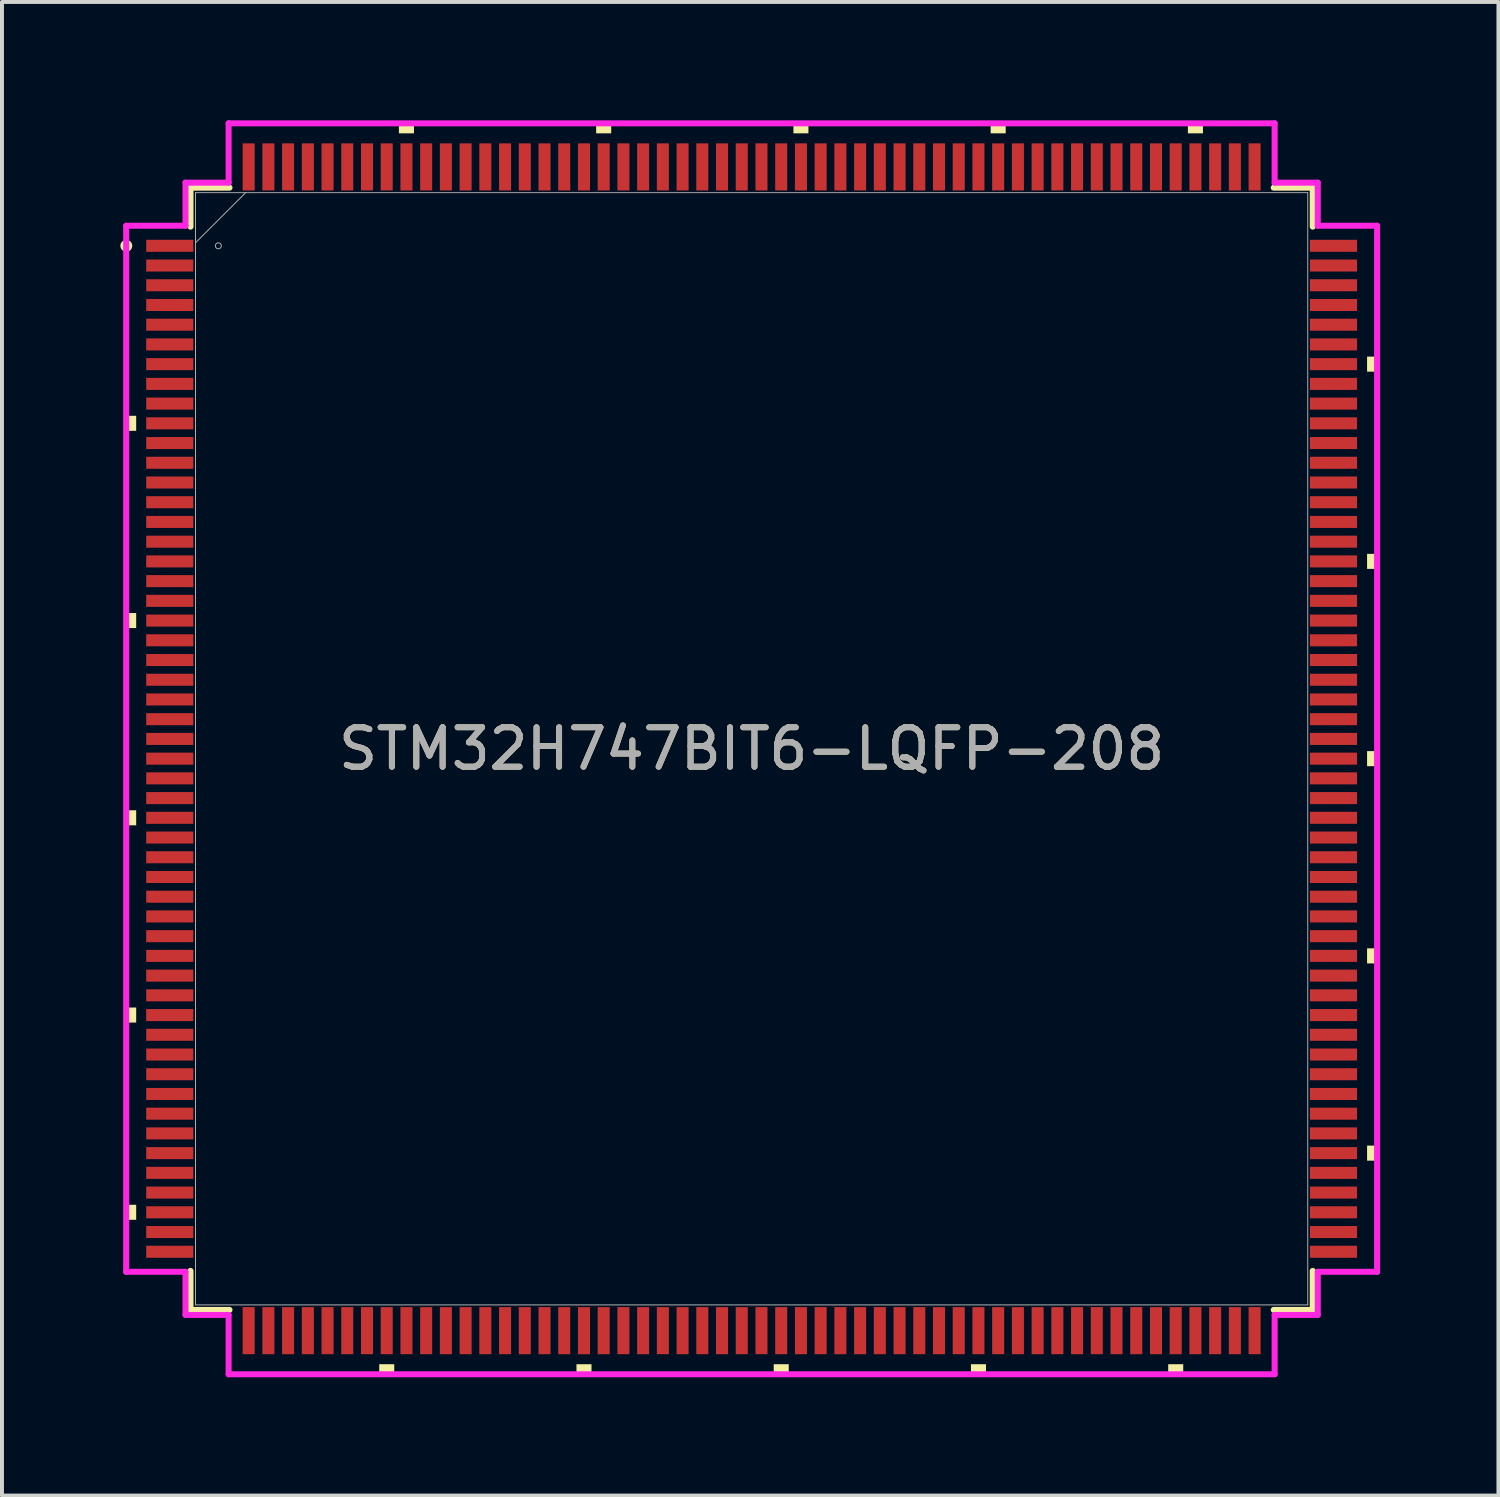
<source format=kicad_pcb>
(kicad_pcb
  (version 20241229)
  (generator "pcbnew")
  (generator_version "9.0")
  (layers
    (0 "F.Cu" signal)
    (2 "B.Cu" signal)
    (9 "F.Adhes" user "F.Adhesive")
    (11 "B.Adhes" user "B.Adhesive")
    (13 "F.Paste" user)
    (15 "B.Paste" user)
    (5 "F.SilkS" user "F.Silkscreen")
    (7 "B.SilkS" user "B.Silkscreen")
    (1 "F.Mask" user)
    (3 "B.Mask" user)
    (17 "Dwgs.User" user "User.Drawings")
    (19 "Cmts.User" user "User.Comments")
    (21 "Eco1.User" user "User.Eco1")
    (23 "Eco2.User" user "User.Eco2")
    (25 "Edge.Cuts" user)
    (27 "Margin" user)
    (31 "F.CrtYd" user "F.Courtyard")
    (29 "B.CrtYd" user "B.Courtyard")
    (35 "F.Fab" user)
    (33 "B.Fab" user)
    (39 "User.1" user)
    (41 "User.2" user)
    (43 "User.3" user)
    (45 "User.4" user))
  (footprint "STM32H747BIT6-LQFP-208"
    (layer "F.Cu")
    (at 16.003 15.931)
    (property "Reference" "STM32H747BIT6-LQFP-208" (at 0 0 0) (unlocked yes) (layer "F.SilkS") (effects (font (size 1 1) (thickness 0.15))))
    (attr smd)
    (fp_line (start -14.224 -14.224) (end -14.224 -13.235) (stroke (width 0.152) (type solid)) (layer "F.SilkS"))
    (fp_line (start -14.224 13.235) (end -14.224 14.224) (stroke (width 0.152) (type solid)) (layer "F.SilkS"))
    (fp_line (start -14.224 14.224) (end -13.235 14.224) (stroke (width 0.152) (type solid)) (layer "F.SilkS"))
    (fp_line (start -13.235 -14.224) (end -14.224 -14.224) (stroke (width 0.152) (type solid)) (layer "F.SilkS"))
    (fp_line (start 13.235 14.224) (end 14.224 14.224) (stroke (width 0.152) (type solid)) (layer "F.SilkS"))
    (fp_line (start 14.224 -14.224) (end 13.235 -14.224) (stroke (width 0.152) (type solid)) (layer "F.SilkS"))
    (fp_line (start 14.224 -13.235) (end 14.224 -14.224) (stroke (width 0.152) (type solid)) (layer "F.SilkS"))
    (fp_line (start 14.224 14.224) (end 14.224 13.235) (stroke (width 0.152) (type solid)) (layer "F.SilkS"))
    (fp_circle (center -15.851 -12.75) (end -15.775 -12.75) (stroke (width 0.152) (type solid)) (fill no) (layer "F.SilkS"))
    (fp_poly (pts (xy -15.855 -8.441) (xy -15.855 -8.06) (xy -15.601 -8.06) (xy -15.601 -8.441)) (stroke (width 0) (type solid)) (fill yes) (layer "F.SilkS"))
    (fp_poly (pts (xy -15.855 -3.441) (xy -15.855 -3.06) (xy -15.601 -3.06) (xy -15.601 -3.441)) (stroke (width 0) (type solid)) (fill yes) (layer "F.SilkS"))
    (fp_poly (pts (xy -15.855 1.559) (xy -15.855 1.94) (xy -15.601 1.94) (xy -15.601 1.559)) (stroke (width 0) (type solid)) (fill yes) (layer "F.SilkS"))
    (fp_poly (pts (xy -15.855 6.559) (xy -15.855 6.94) (xy -15.601 6.94) (xy -15.601 6.559)) (stroke (width 0) (type solid)) (fill yes) (layer "F.SilkS"))
    (fp_poly (pts (xy -15.855 11.559) (xy -15.855 11.94) (xy -15.601 11.94) (xy -15.601 11.559)) (stroke (width 0) (type solid)) (fill yes) (layer "F.SilkS"))
    (fp_poly (pts (xy -9.44 15.601) (xy -9.44 15.855) (xy -9.059 15.855) (xy -9.059 15.601)) (stroke (width 0) (type solid)) (fill yes) (layer "F.SilkS"))
    (fp_poly (pts (xy -8.941 -15.601) (xy -8.941 -15.855) (xy -8.559 -15.855) (xy -8.559 -15.601)) (stroke (width 0) (type solid)) (fill yes) (layer "F.SilkS"))
    (fp_poly (pts (xy -4.44 15.601) (xy -4.44 15.855) (xy -4.059 15.855) (xy -4.059 15.601)) (stroke (width 0) (type solid)) (fill yes) (layer "F.SilkS"))
    (fp_poly (pts (xy -3.941 -15.601) (xy -3.941 -15.855) (xy -3.559 -15.855) (xy -3.559 -15.601)) (stroke (width 0) (type solid)) (fill yes) (layer "F.SilkS"))
    (fp_poly (pts (xy 0.56 15.601) (xy 0.56 15.855) (xy 0.941 15.855) (xy 0.941 15.601)) (stroke (width 0) (type solid)) (fill yes) (layer "F.SilkS"))
    (fp_poly (pts (xy 1.06 -15.601) (xy 1.06 -15.855) (xy 1.44 -15.855) (xy 1.44 -15.601)) (stroke (width 0) (type solid)) (fill yes) (layer "F.SilkS"))
    (fp_poly (pts (xy 5.56 15.601) (xy 5.56 15.855) (xy 5.941 15.855) (xy 5.941 15.601)) (stroke (width 0) (type solid)) (fill yes) (layer "F.SilkS"))
    (fp_poly (pts (xy 6.059 -15.601) (xy 6.059 -15.855) (xy 6.441 -15.855) (xy 6.441 -15.601)) (stroke (width 0) (type solid)) (fill yes) (layer "F.SilkS"))
    (fp_poly (pts (xy 10.56 15.601) (xy 10.56 15.855) (xy 10.941 15.855) (xy 10.941 15.601)) (stroke (width 0) (type solid)) (fill yes) (layer "F.SilkS"))
    (fp_poly (pts (xy 11.059 -15.601) (xy 11.059 -15.855) (xy 11.441 -15.855) (xy 11.441 -15.601)) (stroke (width 0) (type solid)) (fill yes) (layer "F.SilkS"))
    (fp_poly (pts (xy 15.855 -9.941) (xy 15.855 -9.56) (xy 15.601 -9.56) (xy 15.601 -9.941)) (stroke (width 0) (type solid)) (fill yes) (layer "F.SilkS"))
    (fp_poly (pts (xy 15.855 -4.941) (xy 15.855 -4.56) (xy 15.601 -4.56) (xy 15.601 -4.941)) (stroke (width 0) (type solid)) (fill yes) (layer "F.SilkS"))
    (fp_poly (pts (xy 15.855 0.059) (xy 15.855 0.441) (xy 15.601 0.441) (xy 15.601 0.059)) (stroke (width 0) (type solid)) (fill yes) (layer "F.SilkS"))
    (fp_poly (pts (xy 15.855 5.059) (xy 15.855 5.441) (xy 15.601 5.441) (xy 15.601 5.059)) (stroke (width 0) (type solid)) (fill yes) (layer "F.SilkS"))
    (fp_poly (pts (xy 15.855 10.059) (xy 15.855 10.441) (xy 15.601 10.441) (xy 15.601 10.059)) (stroke (width 0) (type solid)) (fill yes) (layer "F.SilkS"))
    (fp_line (start -15.855 -13.258) (end -14.351 -13.258) (stroke (width 0.152) (type solid)) (layer "F.CrtYd"))
    (fp_line (start -15.855 13.258) (end -15.855 -13.258) (stroke (width 0.152) (type solid)) (layer "F.CrtYd"))
    (fp_line (start -14.351 -14.351) (end -13.258 -14.351) (stroke (width 0.152) (type solid)) (layer "F.CrtYd"))
    (fp_line (start -14.351 -13.258) (end -14.351 -14.351) (stroke (width 0.152) (type solid)) (layer "F.CrtYd"))
    (fp_line (start -14.351 13.258) (end -15.855 13.258) (stroke (width 0.152) (type solid)) (layer "F.CrtYd"))
    (fp_line (start -14.351 14.351) (end -14.351 13.258) (stroke (width 0.152) (type solid)) (layer "F.CrtYd"))
    (fp_line (start -13.258 -15.855) (end 13.258 -15.855) (stroke (width 0.152) (type solid)) (layer "F.CrtYd"))
    (fp_line (start -13.258 -14.351) (end -13.258 -15.855) (stroke (width 0.152) (type solid)) (layer "F.CrtYd"))
    (fp_line (start -13.258 14.351) (end -14.351 14.351) (stroke (width 0.152) (type solid)) (layer "F.CrtYd"))
    (fp_line (start -13.258 15.855) (end -13.258 14.351) (stroke (width 0.152) (type solid)) (layer "F.CrtYd"))
    (fp_line (start 13.258 -15.855) (end 13.258 -14.351) (stroke (width 0.152) (type solid)) (layer "F.CrtYd"))
    (fp_line (start 13.258 -14.351) (end 14.351 -14.351) (stroke (width 0.152) (type solid)) (layer "F.CrtYd"))
    (fp_line (start 13.258 14.351) (end 13.258 15.855) (stroke (width 0.152) (type solid)) (layer "F.CrtYd"))
    (fp_line (start 13.258 15.855) (end -13.258 15.855) (stroke (width 0.152) (type solid)) (layer "F.CrtYd"))
    (fp_line (start 14.351 -14.351) (end 14.351 -13.258) (stroke (width 0.152) (type solid)) (layer "F.CrtYd"))
    (fp_line (start 14.351 -13.258) (end 15.855 -13.258) (stroke (width 0.152) (type solid)) (layer "F.CrtYd"))
    (fp_line (start 14.351 13.258) (end 14.351 14.351) (stroke (width 0.152) (type solid)) (layer "F.CrtYd"))
    (fp_line (start 14.351 14.351) (end 13.258 14.351) (stroke (width 0.152) (type solid)) (layer "F.CrtYd"))
    (fp_line (start 15.855 -13.258) (end 15.855 13.258) (stroke (width 0.152) (type solid)) (layer "F.CrtYd"))
    (fp_line (start 15.855 13.258) (end 14.351 13.258) (stroke (width 0.152) (type solid)) (layer "F.CrtYd"))
    (fp_line (start -14.097 -14.097) (end -14.097 14.097) (stroke (width 0.025) (type solid)) (layer "F.Fab"))
    (fp_line (start -14.097 -12.827) (end -12.827 -14.097) (stroke (width 0.025) (type solid)) (layer "F.Fab"))
    (fp_line (start -14.097 14.097) (end 14.097 14.097) (stroke (width 0.025) (type solid)) (layer "F.Fab"))
    (fp_line (start 14.097 -14.097) (end -14.097 -14.097) (stroke (width 0.025) (type solid)) (layer "F.Fab"))
    (fp_line (start 14.097 14.097) (end 14.097 -14.097) (stroke (width 0.025) (type solid)) (layer "F.Fab"))
    (fp_circle (center -13.518 -12.75) (end -13.442 -12.75) (stroke (width 0.025) (type solid)) (fill no) (layer "F.Fab"))
    (fp_text user "${REFERENCE}" (at 0 0 0) (unlocked yes) (layer "F.Fab") (effects (font (size 1 1) (thickness 0.15))))
    (pad "1" smd rect (at -14.75 -12.75) (size 1.194 0.305) (layers "F.Cu" "F.Mask" "F.Paste"))
    (pad "2" smd rect (at -14.75 -12.25) (size 1.194 0.305) (layers "F.Cu" "F.Mask" "F.Paste"))
    (pad "3" smd rect (at -14.75 -11.75) (size 1.194 0.305) (layers "F.Cu" "F.Mask" "F.Paste"))
    (pad "4" smd rect (at -14.75 -11.25) (size 1.194 0.305) (layers "F.Cu" "F.Mask" "F.Paste"))
    (pad "5" smd rect (at -14.75 -10.75) (size 1.194 0.305) (layers "F.Cu" "F.Mask" "F.Paste"))
    (pad "6" smd rect (at -14.75 -10.25) (size 1.194 0.305) (layers "F.Cu" "F.Mask" "F.Paste"))
    (pad "7" smd rect (at -14.75 -9.75) (size 1.194 0.305) (layers "F.Cu" "F.Mask" "F.Paste"))
    (pad "8" smd rect (at -14.75 -9.25) (size 1.194 0.305) (layers "F.Cu" "F.Mask" "F.Paste"))
    (pad "9" smd rect (at -14.75 -8.75) (size 1.194 0.305) (layers "F.Cu" "F.Mask" "F.Paste"))
    (pad "10" smd rect (at -14.75 -8.25) (size 1.194 0.305) (layers "F.Cu" "F.Mask" "F.Paste"))
    (pad "11" smd rect (at -14.75 -7.75) (size 1.194 0.305) (layers "F.Cu" "F.Mask" "F.Paste"))
    (pad "12" smd rect (at -14.75 -7.25) (size 1.194 0.305) (layers "F.Cu" "F.Mask" "F.Paste"))
    (pad "13" smd rect (at -14.75 -6.75) (size 1.194 0.305) (layers "F.Cu" "F.Mask" "F.Paste"))
    (pad "14" smd rect (at -14.75 -6.25) (size 1.194 0.305) (layers "F.Cu" "F.Mask" "F.Paste"))
    (pad "15" smd rect (at -14.75 -5.75) (size 1.194 0.305) (layers "F.Cu" "F.Mask" "F.Paste"))
    (pad "16" smd rect (at -14.75 -5.25) (size 1.194 0.305) (layers "F.Cu" "F.Mask" "F.Paste"))
    (pad "17" smd rect (at -14.75 -4.75) (size 1.194 0.305) (layers "F.Cu" "F.Mask" "F.Paste"))
    (pad "18" smd rect (at -14.75 -4.25) (size 1.194 0.305) (layers "F.Cu" "F.Mask" "F.Paste"))
    (pad "19" smd rect (at -14.75 -3.75) (size 1.194 0.305) (layers "F.Cu" "F.Mask" "F.Paste"))
    (pad "20" smd rect (at -14.75 -3.25) (size 1.194 0.305) (layers "F.Cu" "F.Mask" "F.Paste"))
    (pad "21" smd rect (at -14.75 -2.75) (size 1.194 0.305) (layers "F.Cu" "F.Mask" "F.Paste"))
    (pad "22" smd rect (at -14.75 -2.25) (size 1.194 0.305) (layers "F.Cu" "F.Mask" "F.Paste"))
    (pad "23" smd rect (at -14.75 -1.75) (size 1.194 0.305) (layers "F.Cu" "F.Mask" "F.Paste"))
    (pad "24" smd rect (at -14.75 -1.25) (size 1.194 0.305) (layers "F.Cu" "F.Mask" "F.Paste"))
    (pad "25" smd rect (at -14.75 -0.75) (size 1.194 0.305) (layers "F.Cu" "F.Mask" "F.Paste"))
    (pad "26" smd rect (at -14.75 -0.25) (size 1.194 0.305) (layers "F.Cu" "F.Mask" "F.Paste"))
    (pad "27" smd rect (at -14.75 0.25) (size 1.194 0.305) (layers "F.Cu" "F.Mask" "F.Paste"))
    (pad "28" smd rect (at -14.75 0.75) (size 1.194 0.305) (layers "F.Cu" "F.Mask" "F.Paste"))
    (pad "29" smd rect (at -14.75 1.25) (size 1.194 0.305) (layers "F.Cu" "F.Mask" "F.Paste"))
    (pad "30" smd rect (at -14.75 1.75) (size 1.194 0.305) (layers "F.Cu" "F.Mask" "F.Paste"))
    (pad "31" smd rect (at -14.75 2.25) (size 1.194 0.305) (layers "F.Cu" "F.Mask" "F.Paste"))
    (pad "32" smd rect (at -14.75 2.75) (size 1.194 0.305) (layers "F.Cu" "F.Mask" "F.Paste"))
    (pad "33" smd rect (at -14.75 3.25) (size 1.194 0.305) (layers "F.Cu" "F.Mask" "F.Paste"))
    (pad "34" smd rect (at -14.75 3.75) (size 1.194 0.305) (layers "F.Cu" "F.Mask" "F.Paste"))
    (pad "35" smd rect (at -14.75 4.25) (size 1.194 0.305) (layers "F.Cu" "F.Mask" "F.Paste"))
    (pad "36" smd rect (at -14.75 4.75) (size 1.194 0.305) (layers "F.Cu" "F.Mask" "F.Paste"))
    (pad "37" smd rect (at -14.75 5.25) (size 1.194 0.305) (layers "F.Cu" "F.Mask" "F.Paste"))
    (pad "38" smd rect (at -14.75 5.75) (size 1.194 0.305) (layers "F.Cu" "F.Mask" "F.Paste"))
    (pad "39" smd rect (at -14.75 6.25) (size 1.194 0.305) (layers "F.Cu" "F.Mask" "F.Paste"))
    (pad "40" smd rect (at -14.75 6.75) (size 1.194 0.305) (layers "F.Cu" "F.Mask" "F.Paste"))
    (pad "41" smd rect (at -14.75 7.25) (size 1.194 0.305) (layers "F.Cu" "F.Mask" "F.Paste"))
    (pad "42" smd rect (at -14.75 7.75) (size 1.194 0.305) (layers "F.Cu" "F.Mask" "F.Paste"))
    (pad "43" smd rect (at -14.75 8.25) (size 1.194 0.305) (layers "F.Cu" "F.Mask" "F.Paste"))
    (pad "44" smd rect (at -14.75 8.75) (size 1.194 0.305) (layers "F.Cu" "F.Mask" "F.Paste"))
    (pad "45" smd rect (at -14.75 9.25) (size 1.194 0.305) (layers "F.Cu" "F.Mask" "F.Paste"))
    (pad "46" smd rect (at -14.75 9.75) (size 1.194 0.305) (layers "F.Cu" "F.Mask" "F.Paste"))
    (pad "47" smd rect (at -14.75 10.25) (size 1.194 0.305) (layers "F.Cu" "F.Mask" "F.Paste"))
    (pad "48" smd rect (at -14.75 10.75) (size 1.194 0.305) (layers "F.Cu" "F.Mask" "F.Paste"))
    (pad "49" smd rect (at -14.75 11.25) (size 1.194 0.305) (layers "F.Cu" "F.Mask" "F.Paste"))
    (pad "50" smd rect (at -14.75 11.75) (size 1.194 0.305) (layers "F.Cu" "F.Mask" "F.Paste"))
    (pad "51" smd rect (at -14.75 12.25) (size 1.194 0.305) (layers "F.Cu" "F.Mask" "F.Paste"))
    (pad "52" smd rect (at -14.75 12.75) (size 1.194 0.305) (layers "F.Cu" "F.Mask" "F.Paste"))
    (pad "53" smd rect (at -12.75 14.75 90) (size 1.194 0.305) (layers "F.Cu" "F.Mask" "F.Paste"))
    (pad "54" smd rect (at -12.25 14.75 90) (size 1.194 0.305) (layers "F.Cu" "F.Mask" "F.Paste"))
    (pad "55" smd rect (at -11.75 14.75 90) (size 1.194 0.305) (layers "F.Cu" "F.Mask" "F.Paste"))
    (pad "56" smd rect (at -11.25 14.75 90) (size 1.194 0.305) (layers "F.Cu" "F.Mask" "F.Paste"))
    (pad "57" smd rect (at -10.75 14.75 90) (size 1.194 0.305) (layers "F.Cu" "F.Mask" "F.Paste"))
    (pad "58" smd rect (at -10.25 14.75 90) (size 1.194 0.305) (layers "F.Cu" "F.Mask" "F.Paste"))
    (pad "59" smd rect (at -9.75 14.75 90) (size 1.194 0.305) (layers "F.Cu" "F.Mask" "F.Paste"))
    (pad "60" smd rect (at -9.25 14.75 90) (size 1.194 0.305) (layers "F.Cu" "F.Mask" "F.Paste"))
    (pad "61" smd rect (at -8.75 14.75 90) (size 1.194 0.305) (layers "F.Cu" "F.Mask" "F.Paste"))
    (pad "62" smd rect (at -8.25 14.75 90) (size 1.194 0.305) (layers "F.Cu" "F.Mask" "F.Paste"))
    (pad "63" smd rect (at -7.75 14.75 90) (size 1.194 0.305) (layers "F.Cu" "F.Mask" "F.Paste"))
    (pad "64" smd rect (at -7.25 14.75 90) (size 1.194 0.305) (layers "F.Cu" "F.Mask" "F.Paste"))
    (pad "65" smd rect (at -6.75 14.75 90) (size 1.194 0.305) (layers "F.Cu" "F.Mask" "F.Paste"))
    (pad "66" smd rect (at -6.25 14.75 90) (size 1.194 0.305) (layers "F.Cu" "F.Mask" "F.Paste"))
    (pad "67" smd rect (at -5.75 14.75 90) (size 1.194 0.305) (layers "F.Cu" "F.Mask" "F.Paste"))
    (pad "68" smd rect (at -5.25 14.75 90) (size 1.194 0.305) (layers "F.Cu" "F.Mask" "F.Paste"))
    (pad "69" smd rect (at -4.75 14.75 90) (size 1.194 0.305) (layers "F.Cu" "F.Mask" "F.Paste"))
    (pad "70" smd rect (at -4.25 14.75 90) (size 1.194 0.305) (layers "F.Cu" "F.Mask" "F.Paste"))
    (pad "71" smd rect (at -3.75 14.75 90) (size 1.194 0.305) (layers "F.Cu" "F.Mask" "F.Paste"))
    (pad "72" smd rect (at -3.25 14.75 90) (size 1.194 0.305) (layers "F.Cu" "F.Mask" "F.Paste"))
    (pad "73" smd rect (at -2.75 14.75 90) (size 1.194 0.305) (layers "F.Cu" "F.Mask" "F.Paste"))
    (pad "74" smd rect (at -2.25 14.75 90) (size 1.194 0.305) (layers "F.Cu" "F.Mask" "F.Paste"))
    (pad "75" smd rect (at -1.75 14.75 90) (size 1.194 0.305) (layers "F.Cu" "F.Mask" "F.Paste"))
    (pad "76" smd rect (at -1.25 14.75 90) (size 1.194 0.305) (layers "F.Cu" "F.Mask" "F.Paste"))
    (pad "77" smd rect (at -0.75 14.75 90) (size 1.194 0.305) (layers "F.Cu" "F.Mask" "F.Paste"))
    (pad "78" smd rect (at -0.25 14.75 90) (size 1.194 0.305) (layers "F.Cu" "F.Mask" "F.Paste"))
    (pad "79" smd rect (at 0.25 14.75 90) (size 1.194 0.305) (layers "F.Cu" "F.Mask" "F.Paste"))
    (pad "80" smd rect (at 0.75 14.75 90) (size 1.194 0.305) (layers "F.Cu" "F.Mask" "F.Paste"))
    (pad "81" smd rect (at 1.25 14.75 90) (size 1.194 0.305) (layers "F.Cu" "F.Mask" "F.Paste"))
    (pad "82" smd rect (at 1.75 14.75 90) (size 1.194 0.305) (layers "F.Cu" "F.Mask" "F.Paste"))
    (pad "83" smd rect (at 2.25 14.75 90) (size 1.194 0.305) (layers "F.Cu" "F.Mask" "F.Paste"))
    (pad "84" smd rect (at 2.75 14.75 90) (size 1.194 0.305) (layers "F.Cu" "F.Mask" "F.Paste"))
    (pad "85" smd rect (at 3.25 14.75 90) (size 1.194 0.305) (layers "F.Cu" "F.Mask" "F.Paste"))
    (pad "86" smd rect (at 3.75 14.75 90) (size 1.194 0.305) (layers "F.Cu" "F.Mask" "F.Paste"))
    (pad "87" smd rect (at 4.25 14.75 90) (size 1.194 0.305) (layers "F.Cu" "F.Mask" "F.Paste"))
    (pad "88" smd rect (at 4.75 14.75 90) (size 1.194 0.305) (layers "F.Cu" "F.Mask" "F.Paste"))
    (pad "89" smd rect (at 5.25 14.75 90) (size 1.194 0.305) (layers "F.Cu" "F.Mask" "F.Paste"))
    (pad "90" smd rect (at 5.75 14.75 90) (size 1.194 0.305) (layers "F.Cu" "F.Mask" "F.Paste"))
    (pad "91" smd rect (at 6.25 14.75 90) (size 1.194 0.305) (layers "F.Cu" "F.Mask" "F.Paste"))
    (pad "92" smd rect (at 6.75 14.75 90) (size 1.194 0.305) (layers "F.Cu" "F.Mask" "F.Paste"))
    (pad "93" smd rect (at 7.25 14.75 90) (size 1.194 0.305) (layers "F.Cu" "F.Mask" "F.Paste"))
    (pad "94" smd rect (at 7.75 14.75 90) (size 1.194 0.305) (layers "F.Cu" "F.Mask" "F.Paste"))
    (pad "95" smd rect (at 8.25 14.75 90) (size 1.194 0.305) (layers "F.Cu" "F.Mask" "F.Paste"))
    (pad "96" smd rect (at 8.75 14.75 90) (size 1.194 0.305) (layers "F.Cu" "F.Mask" "F.Paste"))
    (pad "97" smd rect (at 9.25 14.75 90) (size 1.194 0.305) (layers "F.Cu" "F.Mask" "F.Paste"))
    (pad "98" smd rect (at 9.75 14.75 90) (size 1.194 0.305) (layers "F.Cu" "F.Mask" "F.Paste"))
    (pad "99" smd rect (at 10.25 14.75 90) (size 1.194 0.305) (layers "F.Cu" "F.Mask" "F.Paste"))
    (pad "100" smd rect (at 10.75 14.75 90) (size 1.194 0.305) (layers "F.Cu" "F.Mask" "F.Paste"))
    (pad "101" smd rect (at 11.25 14.75 90) (size 1.194 0.305) (layers "F.Cu" "F.Mask" "F.Paste"))
    (pad "102" smd rect (at 11.75 14.75 90) (size 1.194 0.305) (layers "F.Cu" "F.Mask" "F.Paste"))
    (pad "103" smd rect (at 12.25 14.75 90) (size 1.194 0.305) (layers "F.Cu" "F.Mask" "F.Paste"))
    (pad "104" smd rect (at 12.75 14.75 90) (size 1.194 0.305) (layers "F.Cu" "F.Mask" "F.Paste"))
    (pad "105" smd rect (at 14.75 12.75) (size 1.194 0.305) (layers "F.Cu" "F.Mask" "F.Paste"))
    (pad "106" smd rect (at 14.75 12.25) (size 1.194 0.305) (layers "F.Cu" "F.Mask" "F.Paste"))
    (pad "107" smd rect (at 14.75 11.75) (size 1.194 0.305) (layers "F.Cu" "F.Mask" "F.Paste"))
    (pad "108" smd rect (at 14.75 11.25) (size 1.194 0.305) (layers "F.Cu" "F.Mask" "F.Paste"))
    (pad "109" smd rect (at 14.75 10.75) (size 1.194 0.305) (layers "F.Cu" "F.Mask" "F.Paste"))
    (pad "110" smd rect (at 14.75 10.25) (size 1.194 0.305) (layers "F.Cu" "F.Mask" "F.Paste"))
    (pad "111" smd rect (at 14.75 9.75) (size 1.194 0.305) (layers "F.Cu" "F.Mask" "F.Paste"))
    (pad "112" smd rect (at 14.75 9.25) (size 1.194 0.305) (layers "F.Cu" "F.Mask" "F.Paste"))
    (pad "113" smd rect (at 14.75 8.75) (size 1.194 0.305) (layers "F.Cu" "F.Mask" "F.Paste"))
    (pad "114" smd rect (at 14.75 8.25) (size 1.194 0.305) (layers "F.Cu" "F.Mask" "F.Paste"))
    (pad "115" smd rect (at 14.75 7.75) (size 1.194 0.305) (layers "F.Cu" "F.Mask" "F.Paste"))
    (pad "116" smd rect (at 14.75 7.25) (size 1.194 0.305) (layers "F.Cu" "F.Mask" "F.Paste"))
    (pad "117" smd rect (at 14.75 6.75) (size 1.194 0.305) (layers "F.Cu" "F.Mask" "F.Paste"))
    (pad "118" smd rect (at 14.75 6.25) (size 1.194 0.305) (layers "F.Cu" "F.Mask" "F.Paste"))
    (pad "119" smd rect (at 14.75 5.75) (size 1.194 0.305) (layers "F.Cu" "F.Mask" "F.Paste"))
    (pad "120" smd rect (at 14.75 5.25) (size 1.194 0.305) (layers "F.Cu" "F.Mask" "F.Paste"))
    (pad "121" smd rect (at 14.75 4.75) (size 1.194 0.305) (layers "F.Cu" "F.Mask" "F.Paste"))
    (pad "122" smd rect (at 14.75 4.25) (size 1.194 0.305) (layers "F.Cu" "F.Mask" "F.Paste"))
    (pad "123" smd rect (at 14.75 3.75) (size 1.194 0.305) (layers "F.Cu" "F.Mask" "F.Paste"))
    (pad "124" smd rect (at 14.75 3.25) (size 1.194 0.305) (layers "F.Cu" "F.Mask" "F.Paste"))
    (pad "125" smd rect (at 14.75 2.75) (size 1.194 0.305) (layers "F.Cu" "F.Mask" "F.Paste"))
    (pad "126" smd rect (at 14.75 2.25) (size 1.194 0.305) (layers "F.Cu" "F.Mask" "F.Paste"))
    (pad "127" smd rect (at 14.75 1.75) (size 1.194 0.305) (layers "F.Cu" "F.Mask" "F.Paste"))
    (pad "128" smd rect (at 14.75 1.25) (size 1.194 0.305) (layers "F.Cu" "F.Mask" "F.Paste"))
    (pad "129" smd rect (at 14.75 0.75) (size 1.194 0.305) (layers "F.Cu" "F.Mask" "F.Paste"))
    (pad "130" smd rect (at 14.75 0.25) (size 1.194 0.305) (layers "F.Cu" "F.Mask" "F.Paste"))
    (pad "131" smd rect (at 14.75 -0.25) (size 1.194 0.305) (layers "F.Cu" "F.Mask" "F.Paste"))
    (pad "132" smd rect (at 14.75 -0.75) (size 1.194 0.305) (layers "F.Cu" "F.Mask" "F.Paste"))
    (pad "133" smd rect (at 14.75 -1.25) (size 1.194 0.305) (layers "F.Cu" "F.Mask" "F.Paste"))
    (pad "134" smd rect (at 14.75 -1.75) (size 1.194 0.305) (layers "F.Cu" "F.Mask" "F.Paste"))
    (pad "135" smd rect (at 14.75 -2.25) (size 1.194 0.305) (layers "F.Cu" "F.Mask" "F.Paste"))
    (pad "136" smd rect (at 14.75 -2.75) (size 1.194 0.305) (layers "F.Cu" "F.Mask" "F.Paste"))
    (pad "137" smd rect (at 14.75 -3.25) (size 1.194 0.305) (layers "F.Cu" "F.Mask" "F.Paste"))
    (pad "138" smd rect (at 14.75 -3.75) (size 1.194 0.305) (layers "F.Cu" "F.Mask" "F.Paste"))
    (pad "139" smd rect (at 14.75 -4.25) (size 1.194 0.305) (layers "F.Cu" "F.Mask" "F.Paste"))
    (pad "140" smd rect (at 14.75 -4.75) (size 1.194 0.305) (layers "F.Cu" "F.Mask" "F.Paste"))
    (pad "141" smd rect (at 14.75 -5.25) (size 1.194 0.305) (layers "F.Cu" "F.Mask" "F.Paste"))
    (pad "142" smd rect (at 14.75 -5.75) (size 1.194 0.305) (layers "F.Cu" "F.Mask" "F.Paste"))
    (pad "143" smd rect (at 14.75 -6.25) (size 1.194 0.305) (layers "F.Cu" "F.Mask" "F.Paste"))
    (pad "144" smd rect (at 14.75 -6.75) (size 1.194 0.305) (layers "F.Cu" "F.Mask" "F.Paste"))
    (pad "145" smd rect (at 14.75 -7.25) (size 1.194 0.305) (layers "F.Cu" "F.Mask" "F.Paste"))
    (pad "146" smd rect (at 14.75 -7.75) (size 1.194 0.305) (layers "F.Cu" "F.Mask" "F.Paste"))
    (pad "147" smd rect (at 14.75 -8.25) (size 1.194 0.305) (layers "F.Cu" "F.Mask" "F.Paste"))
    (pad "148" smd rect (at 14.75 -8.75) (size 1.194 0.305) (layers "F.Cu" "F.Mask" "F.Paste"))
    (pad "149" smd rect (at 14.75 -9.25) (size 1.194 0.305) (layers "F.Cu" "F.Mask" "F.Paste"))
    (pad "150" smd rect (at 14.75 -9.75) (size 1.194 0.305) (layers "F.Cu" "F.Mask" "F.Paste"))
    (pad "151" smd rect (at 14.75 -10.25) (size 1.194 0.305) (layers "F.Cu" "F.Mask" "F.Paste"))
    (pad "152" smd rect (at 14.75 -10.75) (size 1.194 0.305) (layers "F.Cu" "F.Mask" "F.Paste"))
    (pad "153" smd rect (at 14.75 -11.25) (size 1.194 0.305) (layers "F.Cu" "F.Mask" "F.Paste"))
    (pad "154" smd rect (at 14.75 -11.75) (size 1.194 0.305) (layers "F.Cu" "F.Mask" "F.Paste"))
    (pad "155" smd rect (at 14.75 -12.25) (size 1.194 0.305) (layers "F.Cu" "F.Mask" "F.Paste"))
    (pad "156" smd rect (at 14.75 -12.75) (size 1.194 0.305) (layers "F.Cu" "F.Mask" "F.Paste"))
    (pad "157" smd rect (at 12.75 -14.75 90) (size 1.194 0.305) (layers "F.Cu" "F.Mask" "F.Paste"))
    (pad "158" smd rect (at 12.25 -14.75 90) (size 1.194 0.305) (layers "F.Cu" "F.Mask" "F.Paste"))
    (pad "159" smd rect (at 11.75 -14.75 90) (size 1.194 0.305) (layers "F.Cu" "F.Mask" "F.Paste"))
    (pad "160" smd rect (at 11.25 -14.75 90) (size 1.194 0.305) (layers "F.Cu" "F.Mask" "F.Paste"))
    (pad "161" smd rect (at 10.75 -14.75 90) (size 1.194 0.305) (layers "F.Cu" "F.Mask" "F.Paste"))
    (pad "162" smd rect (at 10.25 -14.75 90) (size 1.194 0.305) (layers "F.Cu" "F.Mask" "F.Paste"))
    (pad "163" smd rect (at 9.75 -14.75 90) (size 1.194 0.305) (layers "F.Cu" "F.Mask" "F.Paste"))
    (pad "164" smd rect (at 9.25 -14.75 90) (size 1.194 0.305) (layers "F.Cu" "F.Mask" "F.Paste"))
    (pad "165" smd rect (at 8.75 -14.75 90) (size 1.194 0.305) (layers "F.Cu" "F.Mask" "F.Paste"))
    (pad "166" smd rect (at 8.25 -14.75 90) (size 1.194 0.305) (layers "F.Cu" "F.Mask" "F.Paste"))
    (pad "167" smd rect (at 7.75 -14.75 90) (size 1.194 0.305) (layers "F.Cu" "F.Mask" "F.Paste"))
    (pad "168" smd rect (at 7.25 -14.75 90) (size 1.194 0.305) (layers "F.Cu" "F.Mask" "F.Paste"))
    (pad "169" smd rect (at 6.75 -14.75 90) (size 1.194 0.305) (layers "F.Cu" "F.Mask" "F.Paste"))
    (pad "170" smd rect (at 6.25 -14.75 90) (size 1.194 0.305) (layers "F.Cu" "F.Mask" "F.Paste"))
    (pad "171" smd rect (at 5.75 -14.75 90) (size 1.194 0.305) (layers "F.Cu" "F.Mask" "F.Paste"))
    (pad "172" smd rect (at 5.25 -14.75 90) (size 1.194 0.305) (layers "F.Cu" "F.Mask" "F.Paste"))
    (pad "173" smd rect (at 4.75 -14.75 90) (size 1.194 0.305) (layers "F.Cu" "F.Mask" "F.Paste"))
    (pad "174" smd rect (at 4.25 -14.75 90) (size 1.194 0.305) (layers "F.Cu" "F.Mask" "F.Paste"))
    (pad "175" smd rect (at 3.75 -14.75 90) (size 1.194 0.305) (layers "F.Cu" "F.Mask" "F.Paste"))
    (pad "176" smd rect (at 3.25 -14.75 90) (size 1.194 0.305) (layers "F.Cu" "F.Mask" "F.Paste"))
    (pad "177" smd rect (at 2.75 -14.75 90) (size 1.194 0.305) (layers "F.Cu" "F.Mask" "F.Paste"))
    (pad "178" smd rect (at 2.25 -14.75 90) (size 1.194 0.305) (layers "F.Cu" "F.Mask" "F.Paste"))
    (pad "179" smd rect (at 1.75 -14.75 90) (size 1.194 0.305) (layers "F.Cu" "F.Mask" "F.Paste"))
    (pad "180" smd rect (at 1.25 -14.75 90) (size 1.194 0.305) (layers "F.Cu" "F.Mask" "F.Paste"))
    (pad "181" smd rect (at 0.75 -14.75 90) (size 1.194 0.305) (layers "F.Cu" "F.Mask" "F.Paste"))
    (pad "182" smd rect (at 0.25 -14.75 90) (size 1.194 0.305) (layers "F.Cu" "F.Mask" "F.Paste"))
    (pad "183" smd rect (at -0.25 -14.75 90) (size 1.194 0.305) (layers "F.Cu" "F.Mask" "F.Paste"))
    (pad "184" smd rect (at -0.75 -14.75 90) (size 1.194 0.305) (layers "F.Cu" "F.Mask" "F.Paste"))
    (pad "185" smd rect (at -1.25 -14.75 90) (size 1.194 0.305) (layers "F.Cu" "F.Mask" "F.Paste"))
    (pad "186" smd rect (at -1.75 -14.75 90) (size 1.194 0.305) (layers "F.Cu" "F.Mask" "F.Paste"))
    (pad "187" smd rect (at -2.25 -14.75 90) (size 1.194 0.305) (layers "F.Cu" "F.Mask" "F.Paste"))
    (pad "188" smd rect (at -2.75 -14.75 90) (size 1.194 0.305) (layers "F.Cu" "F.Mask" "F.Paste"))
    (pad "189" smd rect (at -3.25 -14.75 90) (size 1.194 0.305) (layers "F.Cu" "F.Mask" "F.Paste"))
    (pad "190" smd rect (at -3.75 -14.75 90) (size 1.194 0.305) (layers "F.Cu" "F.Mask" "F.Paste"))
    (pad "191" smd rect (at -4.25 -14.75 90) (size 1.194 0.305) (layers "F.Cu" "F.Mask" "F.Paste"))
    (pad "192" smd rect (at -4.75 -14.75 90) (size 1.194 0.305) (layers "F.Cu" "F.Mask" "F.Paste"))
    (pad "193" smd rect (at -5.25 -14.75 90) (size 1.194 0.305) (layers "F.Cu" "F.Mask" "F.Paste"))
    (pad "194" smd rect (at -5.75 -14.75 90) (size 1.194 0.305) (layers "F.Cu" "F.Mask" "F.Paste"))
    (pad "195" smd rect (at -6.25 -14.75 90) (size 1.194 0.305) (layers "F.Cu" "F.Mask" "F.Paste"))
    (pad "196" smd rect (at -6.75 -14.75 90) (size 1.194 0.305) (layers "F.Cu" "F.Mask" "F.Paste"))
    (pad "197" smd rect (at -7.25 -14.75 90) (size 1.194 0.305) (layers "F.Cu" "F.Mask" "F.Paste"))
    (pad "198" smd rect (at -7.75 -14.75 90) (size 1.194 0.305) (layers "F.Cu" "F.Mask" "F.Paste"))
    (pad "199" smd rect (at -8.25 -14.75 90) (size 1.194 0.305) (layers "F.Cu" "F.Mask" "F.Paste"))
    (pad "200" smd rect (at -8.75 -14.75 90) (size 1.194 0.305) (layers "F.Cu" "F.Mask" "F.Paste"))
    (pad "201" smd rect (at -9.25 -14.75 90) (size 1.194 0.305) (layers "F.Cu" "F.Mask" "F.Paste"))
    (pad "202" smd rect (at -9.75 -14.75 90) (size 1.194 0.305) (layers "F.Cu" "F.Mask" "F.Paste"))
    (pad "203" smd rect (at -10.25 -14.75 90) (size 1.194 0.305) (layers "F.Cu" "F.Mask" "F.Paste"))
    (pad "204" smd rect (at -10.75 -14.75 90) (size 1.194 0.305) (layers "F.Cu" "F.Mask" "F.Paste"))
    (pad "205" smd rect (at -11.25 -14.75 90) (size 1.194 0.305) (layers "F.Cu" "F.Mask" "F.Paste"))
    (pad "206" smd rect (at -11.75 -14.75 90) (size 1.194 0.305) (layers "F.Cu" "F.Mask" "F.Paste"))
    (pad "207" smd rect (at -12.25 -14.75 90) (size 1.194 0.305) (layers "F.Cu" "F.Mask" "F.Paste"))
    (pad "208" smd rect (at -12.75 -14.75 90) (size 1.194 0.305) (layers "F.Cu" "F.Mask" "F.Paste")))
  (gr_rect
    (start -3 -3)
    (end 34.934 34.862)
    (stroke (width 0.1) (type default))
    (fill no)
    (layer "Edge.Cuts")))
</source>
